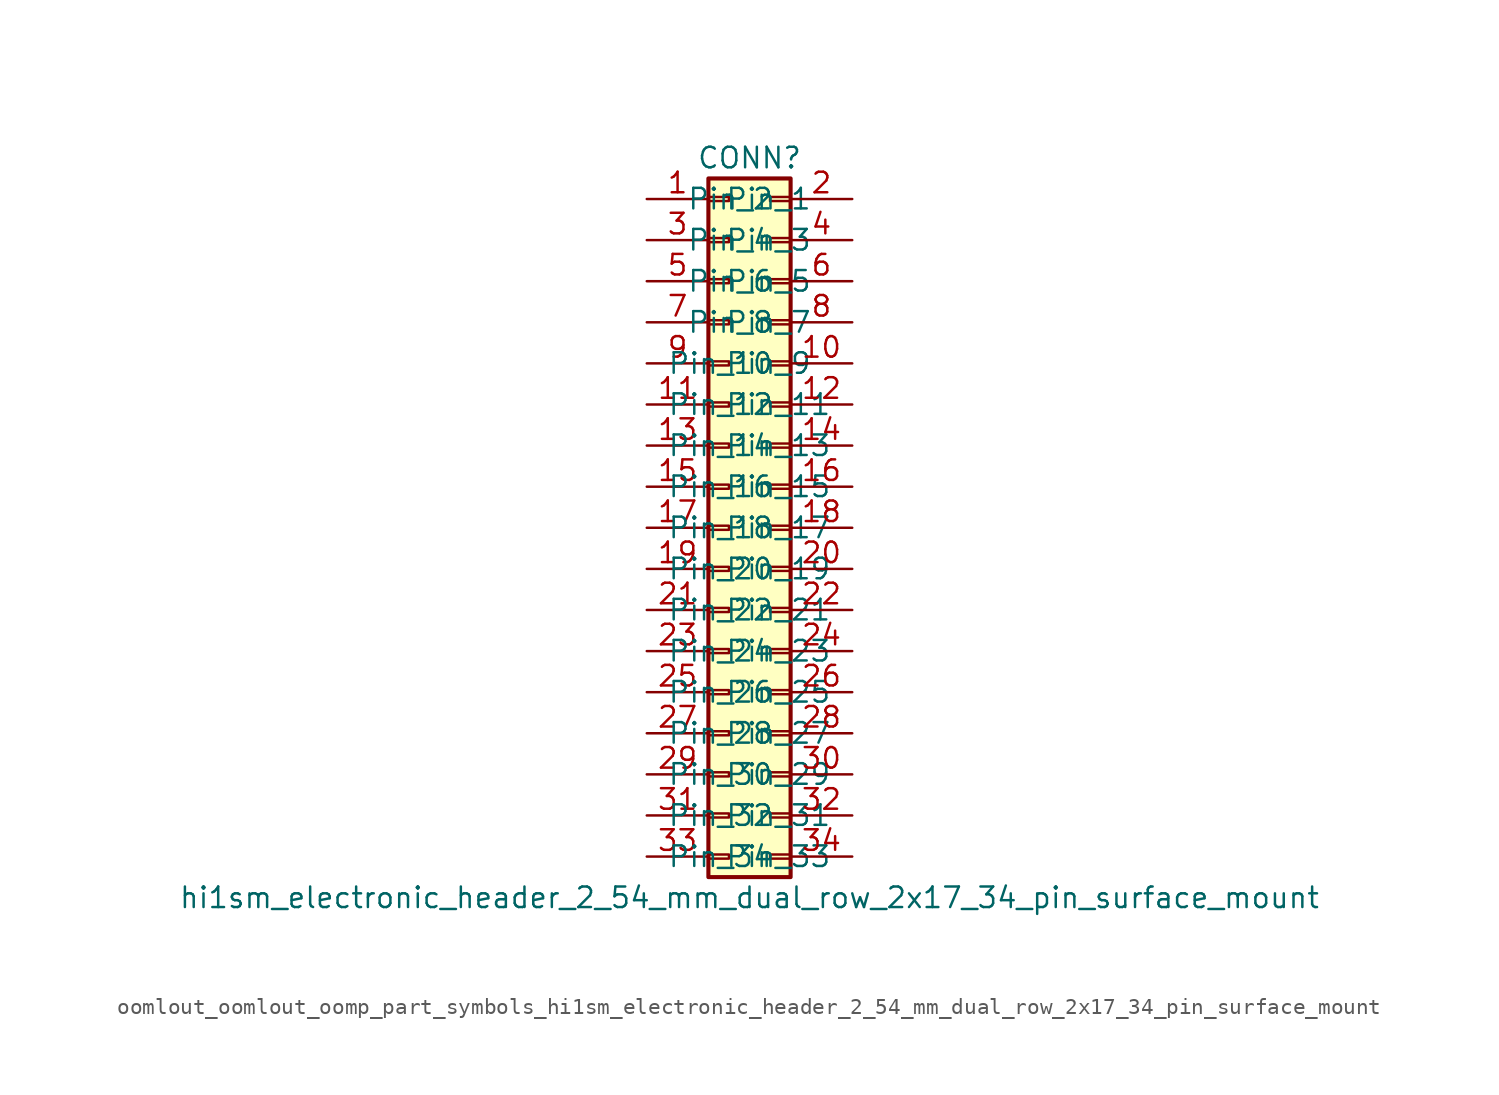
<source format=kicad_sym>
(kicad_symbol_lib
  (version 20220914)
  (generator kicad_symbol_editor)
  (symbol "oomlout_oomlout_oomp_part_symbols_hi1sm_electronic_header_2_54_mm_dual_row_2x17_34_pin_surface_mount"
    (pin_names
      (offset 1.016))
    (property "Reference" "CONN"
      (at 1.27 22.86 0)
      (effects (font (size 1.27 1.27))))
    (property "Value" "hi1sm_electronic_header_2_54_mm_dual_row_2x17_34_pin_surface_mount"
      (at 1.27 -22.86 0)
      (effects (font (size 1.27 1.27))))
    (symbol "oomlout_oomlout_oomp_part_symbols_hi1sm_electronic_header_2_54_mm_dual_row_2x17_34_pin_surface_mount_1_1"
      (rectangle (start -1.27 -20.193) (end 0 -20.447) (stroke (width 0.152) (type default)) (fill (type none)))
      (rectangle (start -1.27 -17.653) (end 0 -17.907) (stroke (width 0.152) (type default)) (fill (type none)))
      (rectangle (start -1.27 -15.113) (end 0 -15.367) (stroke (width 0.152) (type default)) (fill (type none)))
      (rectangle (start -1.27 -12.573) (end 0 -12.827) (stroke (width 0.152) (type default)) (fill (type none)))
      (rectangle (start -1.27 -10.033) (end 0 -10.287) (stroke (width 0.152) (type default)) (fill (type none)))
      (rectangle (start -1.27 -7.493) (end 0 -7.747) (stroke (width 0.152) (type default)) (fill (type none)))
      (rectangle (start -1.27 -4.953) (end 0 -5.207) (stroke (width 0.152) (type default)) (fill (type none)))
      (rectangle (start -1.27 -2.413) (end 0 -2.667) (stroke (width 0.152) (type default)) (fill (type none)))
      (rectangle (start -1.27 0.127) (end 0 -0.127) (stroke (width 0.152) (type default)) (fill (type none)))
      (rectangle (start -1.27 2.667) (end 0 2.413) (stroke (width 0.152) (type default)) (fill (type none)))
      (rectangle (start -1.27 5.207) (end 0 4.953) (stroke (width 0.152) (type default)) (fill (type none)))
      (rectangle (start -1.27 7.747) (end 0 7.493) (stroke (width 0.152) (type default)) (fill (type none)))
      (rectangle (start -1.27 10.287) (end 0 10.033) (stroke (width 0.152) (type default)) (fill (type none)))
      (rectangle (start -1.27 12.827) (end 0 12.573) (stroke (width 0.152) (type default)) (fill (type none)))
      (rectangle (start -1.27 15.367) (end 0 15.113) (stroke (width 0.152) (type default)) (fill (type none)))
      (rectangle (start -1.27 17.907) (end 0 17.653) (stroke (width 0.152) (type default)) (fill (type none)))
      (rectangle (start -1.27 20.447) (end 0 20.193) (stroke (width 0.152) (type default)) (fill (type none)))
      (rectangle (start -1.27 21.59) (end 3.81 -21.59) (stroke (width 0.254) (type default)) (fill (type background)))
      (rectangle (start 3.81 -20.193) (end 2.54 -20.447) (stroke (width 0.152) (type default)) (fill (type none)))
      (rectangle (start 3.81 -17.653) (end 2.54 -17.907) (stroke (width 0.152) (type default)) (fill (type none)))
      (rectangle (start 3.81 -15.113) (end 2.54 -15.367) (stroke (width 0.152) (type default)) (fill (type none)))
      (rectangle (start 3.81 -12.573) (end 2.54 -12.827) (stroke (width 0.152) (type default)) (fill (type none)))
      (rectangle (start 3.81 -10.033) (end 2.54 -10.287) (stroke (width 0.152) (type default)) (fill (type none)))
      (rectangle (start 3.81 -7.493) (end 2.54 -7.747) (stroke (width 0.152) (type default)) (fill (type none)))
      (rectangle (start 3.81 -4.953) (end 2.54 -5.207) (stroke (width 0.152) (type default)) (fill (type none)))
      (rectangle (start 3.81 -2.413) (end 2.54 -2.667) (stroke (width 0.152) (type default)) (fill (type none)))
      (rectangle (start 3.81 0.127) (end 2.54 -0.127) (stroke (width 0.152) (type default)) (fill (type none)))
      (rectangle (start 3.81 2.667) (end 2.54 2.413) (stroke (width 0.152) (type default)) (fill (type none)))
      (rectangle (start 3.81 5.207) (end 2.54 4.953) (stroke (width 0.152) (type default)) (fill (type none)))
      (rectangle (start 3.81 7.747) (end 2.54 7.493) (stroke (width 0.152) (type default)) (fill (type none)))
      (rectangle (start 3.81 10.287) (end 2.54 10.033) (stroke (width 0.152) (type default)) (fill (type none)))
      (rectangle (start 3.81 12.827) (end 2.54 12.573) (stroke (width 0.152) (type default)) (fill (type none)))
      (rectangle (start 3.81 15.367) (end 2.54 15.113) (stroke (width 0.152) (type default)) (fill (type none)))
      (rectangle (start 3.81 17.907) (end 2.54 17.653) (stroke (width 0.152) (type default)) (fill (type none)))
      (rectangle (start 3.81 20.447) (end 2.54 20.193) (stroke (width 0.152) (type default)) (fill (type none)))
      (pin passive line (at -5.08 20.32 0) (length 3.81) (name "Pin_1" (effects (font (size 1.27 1.27)))) (number "1" (effects (font (size 1.27 1.27)))))
      (pin passive line (at 7.62 10.16 180) (length 3.81) (name "Pin_10" (effects (font (size 1.27 1.27)))) (number "10" (effects (font (size 1.27 1.27)))))
      (pin passive line (at -5.08 7.62 0) (length 3.81) (name "Pin_11" (effects (font (size 1.27 1.27)))) (number "11" (effects (font (size 1.27 1.27)))))
      (pin passive line (at 7.62 7.62 180) (length 3.81) (name "Pin_12" (effects (font (size 1.27 1.27)))) (number "12" (effects (font (size 1.27 1.27)))))
      (pin passive line (at -5.08 5.08 0) (length 3.81) (name "Pin_13" (effects (font (size 1.27 1.27)))) (number "13" (effects (font (size 1.27 1.27)))))
      (pin passive line (at 7.62 5.08 180) (length 3.81) (name "Pin_14" (effects (font (size 1.27 1.27)))) (number "14" (effects (font (size 1.27 1.27)))))
      (pin passive line (at -5.08 2.54 0) (length 3.81) (name "Pin_15" (effects (font (size 1.27 1.27)))) (number "15" (effects (font (size 1.27 1.27)))))
      (pin passive line (at 7.62 2.54 180) (length 3.81) (name "Pin_16" (effects (font (size 1.27 1.27)))) (number "16" (effects (font (size 1.27 1.27)))))
      (pin passive line (at -5.08 0 0) (length 3.81) (name "Pin_17" (effects (font (size 1.27 1.27)))) (number "17" (effects (font (size 1.27 1.27)))))
      (pin passive line (at 7.62 0 180) (length 3.81) (name "Pin_18" (effects (font (size 1.27 1.27)))) (number "18" (effects (font (size 1.27 1.27)))))
      (pin passive line (at -5.08 -2.54 0) (length 3.81) (name "Pin_19" (effects (font (size 1.27 1.27)))) (number "19" (effects (font (size 1.27 1.27)))))
      (pin passive line (at 7.62 20.32 180) (length 3.81) (name "Pin_2" (effects (font (size 1.27 1.27)))) (number "2" (effects (font (size 1.27 1.27)))))
      (pin passive line (at 7.62 -2.54 180) (length 3.81) (name "Pin_20" (effects (font (size 1.27 1.27)))) (number "20" (effects (font (size 1.27 1.27)))))
      (pin passive line (at -5.08 -5.08 0) (length 3.81) (name "Pin_21" (effects (font (size 1.27 1.27)))) (number "21" (effects (font (size 1.27 1.27)))))
      (pin passive line (at 7.62 -5.08 180) (length 3.81) (name "Pin_22" (effects (font (size 1.27 1.27)))) (number "22" (effects (font (size 1.27 1.27)))))
      (pin passive line (at -5.08 -7.62 0) (length 3.81) (name "Pin_23" (effects (font (size 1.27 1.27)))) (number "23" (effects (font (size 1.27 1.27)))))
      (pin passive line (at 7.62 -7.62 180) (length 3.81) (name "Pin_24" (effects (font (size 1.27 1.27)))) (number "24" (effects (font (size 1.27 1.27)))))
      (pin passive line (at -5.08 -10.16 0) (length 3.81) (name "Pin_25" (effects (font (size 1.27 1.27)))) (number "25" (effects (font (size 1.27 1.27)))))
      (pin passive line (at 7.62 -10.16 180) (length 3.81) (name "Pin_26" (effects (font (size 1.27 1.27)))) (number "26" (effects (font (size 1.27 1.27)))))
      (pin passive line (at -5.08 -12.7 0) (length 3.81) (name "Pin_27" (effects (font (size 1.27 1.27)))) (number "27" (effects (font (size 1.27 1.27)))))
      (pin passive line (at 7.62 -12.7 180) (length 3.81) (name "Pin_28" (effects (font (size 1.27 1.27)))) (number "28" (effects (font (size 1.27 1.27)))))
      (pin passive line (at -5.08 -15.24 0) (length 3.81) (name "Pin_29" (effects (font (size 1.27 1.27)))) (number "29" (effects (font (size 1.27 1.27)))))
      (pin passive line (at -5.08 17.78 0) (length 3.81) (name "Pin_3" (effects (font (size 1.27 1.27)))) (number "3" (effects (font (size 1.27 1.27)))))
      (pin passive line (at 7.62 -15.24 180) (length 3.81) (name "Pin_30" (effects (font (size 1.27 1.27)))) (number "30" (effects (font (size 1.27 1.27)))))
      (pin passive line (at -5.08 -17.78 0) (length 3.81) (name "Pin_31" (effects (font (size 1.27 1.27)))) (number "31" (effects (font (size 1.27 1.27)))))
      (pin passive line (at 7.62 -17.78 180) (length 3.81) (name "Pin_32" (effects (font (size 1.27 1.27)))) (number "32" (effects (font (size 1.27 1.27)))))
      (pin passive line (at -5.08 -20.32 0) (length 3.81) (name "Pin_33" (effects (font (size 1.27 1.27)))) (number "33" (effects (font (size 1.27 1.27)))))
      (pin passive line (at 7.62 -20.32 180) (length 3.81) (name "Pin_34" (effects (font (size 1.27 1.27)))) (number "34" (effects (font (size 1.27 1.27)))))
      (pin passive line (at 7.62 17.78 180) (length 3.81) (name "Pin_4" (effects (font (size 1.27 1.27)))) (number "4" (effects (font (size 1.27 1.27)))))
      (pin passive line (at -5.08 15.24 0) (length 3.81) (name "Pin_5" (effects (font (size 1.27 1.27)))) (number "5" (effects (font (size 1.27 1.27)))))
      (pin passive line (at 7.62 15.24 180) (length 3.81) (name "Pin_6" (effects (font (size 1.27 1.27)))) (number "6" (effects (font (size 1.27 1.27)))))
      (pin passive line (at -5.08 12.7 0) (length 3.81) (name "Pin_7" (effects (font (size 1.27 1.27)))) (number "7" (effects (font (size 1.27 1.27)))))
      (pin passive line (at 7.62 12.7 180) (length 3.81) (name "Pin_8" (effects (font (size 1.27 1.27)))) (number "8" (effects (font (size 1.27 1.27)))))
      (pin passive line (at -5.08 10.16 0) (length 3.81) (name "Pin_9" (effects (font (size 1.27 1.27)))) (number "9" (effects (font (size 1.27 1.27))))))))
</source>
